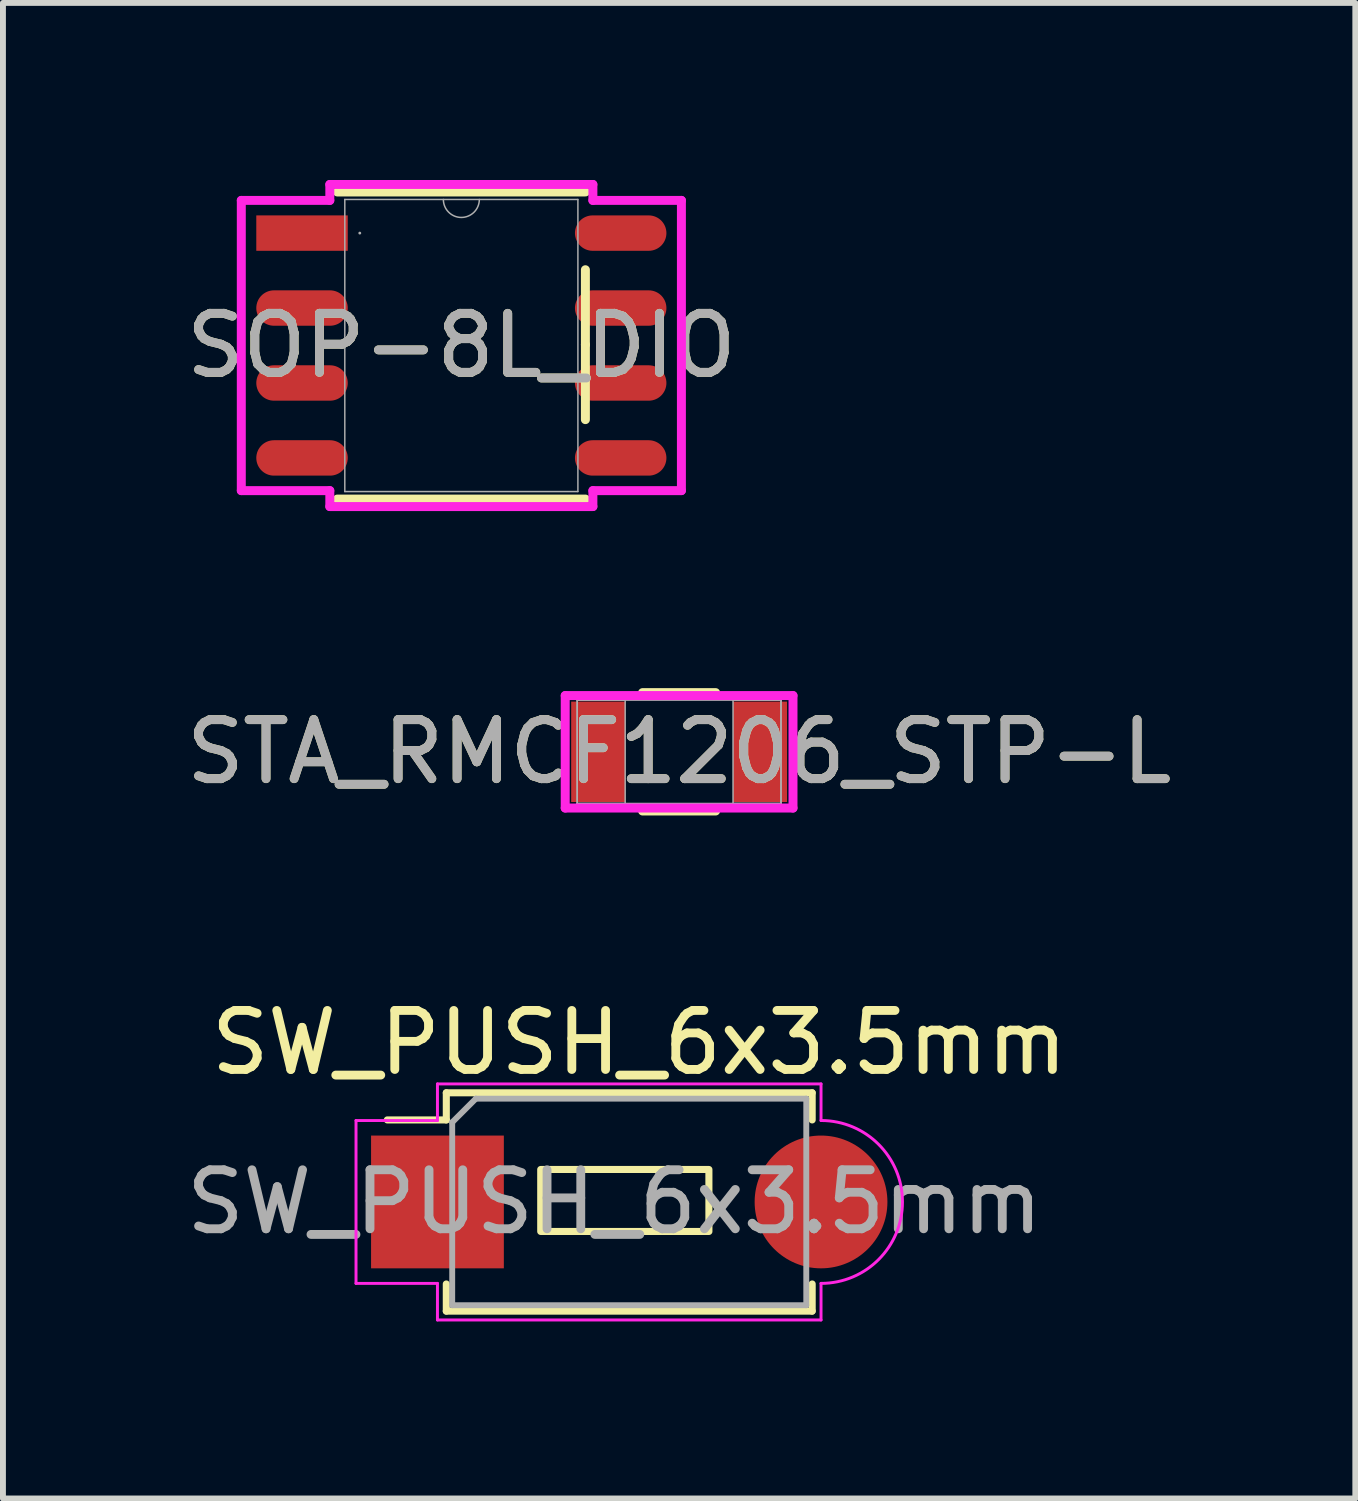
<source format=kicad_pcb>
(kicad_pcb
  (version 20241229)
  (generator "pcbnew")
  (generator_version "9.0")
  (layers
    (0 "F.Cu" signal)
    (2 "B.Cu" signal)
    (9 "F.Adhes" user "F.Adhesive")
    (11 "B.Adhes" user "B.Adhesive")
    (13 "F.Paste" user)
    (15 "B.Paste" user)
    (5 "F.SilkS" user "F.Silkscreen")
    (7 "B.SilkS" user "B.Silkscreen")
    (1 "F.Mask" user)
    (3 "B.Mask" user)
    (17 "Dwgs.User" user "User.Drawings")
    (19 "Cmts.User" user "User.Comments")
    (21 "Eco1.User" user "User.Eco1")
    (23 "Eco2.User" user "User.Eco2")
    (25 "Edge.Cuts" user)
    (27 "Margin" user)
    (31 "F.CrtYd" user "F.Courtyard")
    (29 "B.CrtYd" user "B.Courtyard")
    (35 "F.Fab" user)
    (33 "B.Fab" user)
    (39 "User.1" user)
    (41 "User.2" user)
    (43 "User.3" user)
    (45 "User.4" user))
  (footprint "SW_PUSH_6x3.5mm"
    (layer "F.Cu")
    (at 4.363 17.318)
    (property "Reference" "SW_PUSH_6x3.5mm" (at 3.42 -2.7 0) (layer "F.SilkS") (effects (font (size 1 1) (thickness 0.15))))
    (attr through_hole)
    (fp_line (start 0.15 -1.85) (end 0.15 -1.39) (stroke (width 0.12) (type default)) (layer "F.SilkS"))
    (fp_line (start 0.15 -1.39) (end -0.85 -1.39) (stroke (width 0.12) (type default)) (layer "F.SilkS"))
    (fp_line (start 0.15 1.39) (end 0.15 1.85) (stroke (width 0.12) (type solid)) (layer "F.SilkS"))
    (fp_line (start 0.15 1.85) (end 6.35 1.85) (stroke (width 0.12) (type solid)) (layer "F.SilkS"))
    (fp_line (start 6.35 -1.85) (end 0.15 -1.85) (stroke (width 0.12) (type solid)) (layer "F.SilkS"))
    (fp_line (start 6.35 -1.85) (end 6.35 -1.39) (stroke (width 0.12) (type solid)) (layer "F.SilkS"))
    (fp_line (start 6.35 1.39) (end 6.35 1.85) (stroke (width 0.12) (type solid)) (layer "F.SilkS"))
    (fp_rect (start 1.75 -0.55) (end 4.6 0.5) (stroke (width 0.12) (type default)) (fill no) (layer "F.SilkS"))
    (fp_line (start -1.38 -1.38) (end 0 -1.38) (stroke (width 0.05) (type default)) (layer "F.CrtYd"))
    (fp_line (start -1.38 1.38) (end -1.38 -1.38) (stroke (width 0.05) (type solid)) (layer "F.CrtYd"))
    (fp_line (start -1.38 1.38) (end 0 1.38) (stroke (width 0.05) (type default)) (layer "F.CrtYd"))
    (fp_line (start 0 -2) (end 0 -1.38) (stroke (width 0.05) (type default)) (layer "F.CrtYd"))
    (fp_line (start 0 -2) (end 6.5 -2) (stroke (width 0.05) (type solid)) (layer "F.CrtYd"))
    (fp_line (start 0 1.38) (end 0 2) (stroke (width 0.05) (type default)) (layer "F.CrtYd"))
    (fp_line (start 6.5 -2) (end 6.5 -1.38) (stroke (width 0.05) (type default)) (layer "F.CrtYd"))
    (fp_line (start 6.5 1.38) (end 6.5 2) (stroke (width 0.05) (type default)) (layer "F.CrtYd"))
    (fp_line (start 6.5 2) (end 0 2) (stroke (width 0.05) (type solid)) (layer "F.CrtYd"))
    (fp_arc (start 6.5 -1.38) (mid 7.88 0) (end 6.5 1.38) (stroke (width 0.05) (type default)) (layer "F.CrtYd"))
    (fp_line (start 0.25 1.75) (end 0.25 -1.35) (stroke (width 0.1) (type solid)) (layer "F.Fab"))
    (fp_line (start 0.65 -1.75) (end 0.25 -1.35) (stroke (width 0.1) (type default)) (layer "F.Fab"))
    (fp_line (start 0.65 -1.75) (end 6.25 -1.75) (stroke (width 0.1) (type solid)) (layer "F.Fab"))
    (fp_line (start 6.25 -1.75) (end 6.25 1.75) (stroke (width 0.1) (type solid)) (layer "F.Fab"))
    (fp_line (start 6.25 1.75) (end 0.25 1.75) (stroke (width 0.1) (type solid)) (layer "F.Fab"))
    (fp_text user "${REFERENCE}" (at 3 0 0) (layer "F.Fab") (effects (font (size 1 1) (thickness 0.15))))
    (pad "1" smd rect (at 0 0 90) (size 2.25 2.25) (layers "F.Cu" "F.Mask" "F.Paste"))
    (pad "2" smd oval (at 6.5 0 90) (size 2.25 2.25) (layers "F.Cu" "F.Mask" "F.Paste")))
  (footprint "SOP-8L_DIO"
    (layer "F.Cu")
    (at 4.768 2.805)
    (property "Reference" "SOP-8L_DIO" (at 0 0 0) (unlocked yes) (layer "F.SilkS") (effects (font (size 1 1) (thickness 0.15))))
    (attr smd)
    (fp_line (start -2.102 2.602) (end 2.102 2.602) (stroke (width 0.152) (type solid)) (layer "F.SilkS"))
    (fp_line (start 2.102 -2.602) (end -2.102 -2.602) (stroke (width 0.152) (type solid)) (layer "F.SilkS"))
    (fp_line (start 2.102 -0.014) (end 2.102 -1.284) (stroke (width 0.152) (type solid)) (layer "F.SilkS"))
    (fp_line (start 2.102 1.256) (end 2.102 -0.014) (stroke (width 0.152) (type solid)) (layer "F.SilkS"))
    (fp_line (start -3.729 -2.459) (end -2.229 -2.459) (stroke (width 0.152) (type solid)) (layer "F.CrtYd"))
    (fp_line (start -3.729 2.459) (end -3.729 -2.459) (stroke (width 0.152) (type solid)) (layer "F.CrtYd"))
    (fp_line (start -3.729 2.459) (end -2.229 2.459) (stroke (width 0.152) (type solid)) (layer "F.CrtYd"))
    (fp_line (start -2.229 -2.729) (end 2.229 -2.729) (stroke (width 0.152) (type solid)) (layer "F.CrtYd"))
    (fp_line (start -2.229 -2.459) (end -2.229 -2.729) (stroke (width 0.152) (type solid)) (layer "F.CrtYd"))
    (fp_line (start -2.229 2.729) (end -2.229 2.459) (stroke (width 0.152) (type solid)) (layer "F.CrtYd"))
    (fp_line (start 2.229 -2.729) (end 2.229 -2.459) (stroke (width 0.152) (type solid)) (layer "F.CrtYd"))
    (fp_line (start 2.229 2.459) (end 2.229 2.729) (stroke (width 0.152) (type solid)) (layer "F.CrtYd"))
    (fp_line (start 2.229 2.729) (end -2.229 2.729) (stroke (width 0.152) (type solid)) (layer "F.CrtYd"))
    (fp_line (start 3.729 -2.459) (end 2.229 -2.459) (stroke (width 0.152) (type solid)) (layer "F.CrtYd"))
    (fp_line (start 3.729 -2.459) (end 3.729 2.459) (stroke (width 0.152) (type solid)) (layer "F.CrtYd"))
    (fp_line (start 3.729 2.459) (end 2.229 2.459) (stroke (width 0.152) (type solid)) (layer "F.CrtYd"))
    (fp_line (start -1.975 -2.475) (end -1.975 2.475) (stroke (width 0.025) (type solid)) (layer "F.Fab"))
    (fp_line (start -1.975 2.475) (end 1.975 2.475) (stroke (width 0.025) (type solid)) (layer "F.Fab"))
    (fp_line (start 1.975 -2.475) (end -1.975 -2.475) (stroke (width 0.025) (type solid)) (layer "F.Fab"))
    (fp_line (start 1.975 2.475) (end 1.975 -2.475) (stroke (width 0.025) (type solid)) (layer "F.Fab"))
    (fp_arc (start 0.3048 -2.475) (mid 0 -2.1702) (end -0.3048 -2.475) (stroke (width 0.0254) (type solid)) (layer "F.Fab"))
    (fp_circle (center -1.721 -1.905) (end -1.721 -1.905) (stroke (width 0.025) (type solid)) (fill no) (layer "F.Fab"))
    (fp_text user "${REFERENCE}" (at 0 0 0) (unlocked yes) (layer "F.Fab") (effects (font (size 1 1) (thickness 0.15))))
    (pad "1" smd rect (at -2.7 -1.905) (size 1.55 0.6) (layers "F.Cu" "F.Mask" "F.Paste"))
    (pad "2" smd oval (at -2.7 -0.635) (size 1.55 0.6) (layers "F.Cu" "F.Mask" "F.Paste"))
    (pad "3" smd oval (at -2.7 0.635) (size 1.55 0.6) (layers "F.Cu" "F.Mask" "F.Paste"))
    (pad "4" smd oval (at -2.7 1.905) (size 1.55 0.6) (layers "F.Cu" "F.Mask" "F.Paste"))
    (pad "5" smd oval (at 2.7 1.905) (size 1.55 0.6) (layers "F.Cu" "F.Mask" "F.Paste"))
    (pad "6" smd oval (at 2.7 0.635) (size 1.55 0.6) (layers "F.Cu" "F.Mask" "F.Paste"))
    (pad "7" smd oval (at 2.7 -0.635) (size 1.55 0.6) (layers "F.Cu" "F.Mask" "F.Paste"))
    (pad "8" smd oval (at 2.7 -1.905) (size 1.55 0.6) (layers "F.Cu" "F.Mask" "F.Paste")))
  (footprint "STA_RMCF1206_STP-L"
    (layer "F.Cu")
    (at 8.458 9.69)
    (property "Reference" "STA_RMCF1206_STP-L" (at 0 0 0) (unlocked yes) (layer "F.SilkS") (effects (font (size 1 1) (thickness 0.15))))
    (attr smd)
    (fp_line (start -0.619 1.003) (end 0.619 1.003) (stroke (width 0.152) (type solid)) (layer "F.SilkS"))
    (fp_line (start 0.619 -1.003) (end -0.619 -1.003) (stroke (width 0.152) (type solid)) (layer "F.SilkS"))
    (fp_line (start -1.93 -0.953) (end 1.93 -0.953) (stroke (width 0.152) (type solid)) (layer "F.CrtYd"))
    (fp_line (start -1.93 0.953) (end -1.93 -0.953) (stroke (width 0.152) (type solid)) (layer "F.CrtYd"))
    (fp_line (start 1.93 -0.953) (end 1.93 0.953) (stroke (width 0.152) (type solid)) (layer "F.CrtYd"))
    (fp_line (start 1.93 0.953) (end -1.93 0.953) (stroke (width 0.152) (type solid)) (layer "F.CrtYd"))
    (fp_line (start -1.727 -0.876) (end -1.727 0.876) (stroke (width 0.025) (type solid)) (layer "F.Fab"))
    (fp_line (start -1.727 -0.876) (end -1.727 0.876) (stroke (width 0.025) (type solid)) (layer "F.Fab"))
    (fp_line (start -1.727 0.876) (end -0.914 0.876) (stroke (width 0.025) (type solid)) (layer "F.Fab"))
    (fp_line (start -1.727 0.876) (end 1.727 0.876) (stroke (width 0.025) (type solid)) (layer "F.Fab"))
    (fp_line (start -0.914 -0.876) (end -1.727 -0.876) (stroke (width 0.025) (type solid)) (layer "F.Fab"))
    (fp_line (start -0.914 0.876) (end -0.914 -0.876) (stroke (width 0.025) (type solid)) (layer "F.Fab"))
    (fp_line (start 0.914 -0.876) (end 0.914 0.876) (stroke (width 0.025) (type solid)) (layer "F.Fab"))
    (fp_line (start 0.914 0.876) (end 1.727 0.876) (stroke (width 0.025) (type solid)) (layer "F.Fab"))
    (fp_line (start 1.727 -0.876) (end -1.727 -0.876) (stroke (width 0.025) (type solid)) (layer "F.Fab"))
    (fp_line (start 1.727 -0.876) (end 0.914 -0.876) (stroke (width 0.025) (type solid)) (layer "F.Fab"))
    (fp_line (start 1.727 0.876) (end 1.727 -0.876) (stroke (width 0.025) (type solid)) (layer "F.Fab"))
    (fp_line (start 1.727 0.876) (end 1.727 -0.876) (stroke (width 0.025) (type solid)) (layer "F.Fab"))
    (fp_text user "${REFERENCE}" (at 0 0 0) (unlocked yes) (layer "F.Fab") (effects (font (size 1 1) (thickness 0.15))))
    (pad "1" smd rect (at -1.372 0) (size 0.914 1.702) (layers "F.Cu" "F.Mask" "F.Paste"))
    (pad "2" smd rect (at 1.372 0) (size 0.914 1.702) (layers "F.Cu" "F.Mask" "F.Paste"))
    (zone (net_name "") (layer "F.Cu") (hatch full 0.508) (connect_pads) (min_thickness 0.254) (filled_areas_thickness no) (keepout (tracks not_allowed) (vias not_allowed) (pads allowed) (copperpour not_allowed) (footprints allowed)) (placement (enabled no)) (fill) (polygon (pts (xy 7.595 8.864) (xy 9.322 8.864) (xy 9.322 10.515) (xy 7.595 10.515)))))
  (gr_rect
    (start -3 -3)
    (end 19.917 22.343)
    (stroke (width 0.1) (type default))
    (fill no)
    (layer "Edge.Cuts")))
</source>
